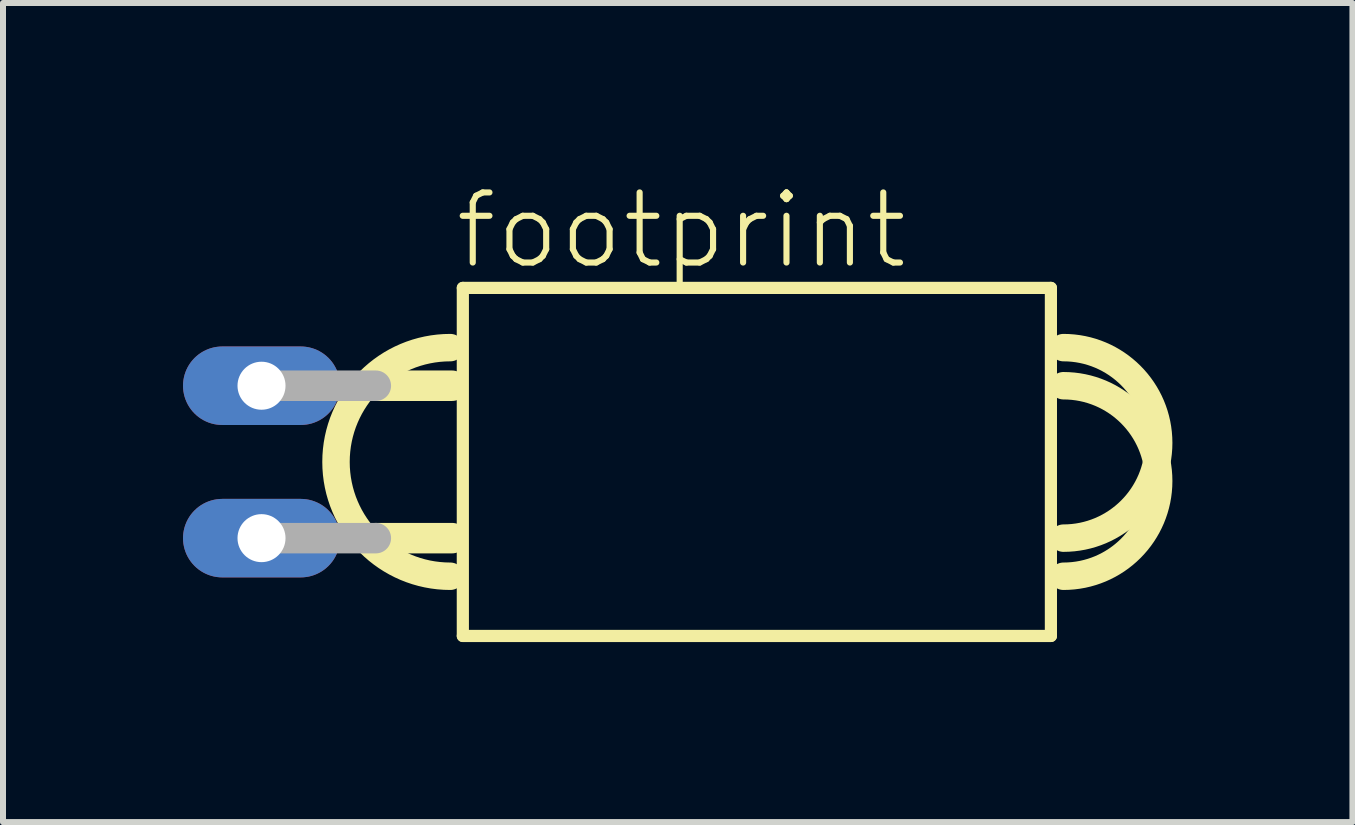
<source format=kicad_pcb>
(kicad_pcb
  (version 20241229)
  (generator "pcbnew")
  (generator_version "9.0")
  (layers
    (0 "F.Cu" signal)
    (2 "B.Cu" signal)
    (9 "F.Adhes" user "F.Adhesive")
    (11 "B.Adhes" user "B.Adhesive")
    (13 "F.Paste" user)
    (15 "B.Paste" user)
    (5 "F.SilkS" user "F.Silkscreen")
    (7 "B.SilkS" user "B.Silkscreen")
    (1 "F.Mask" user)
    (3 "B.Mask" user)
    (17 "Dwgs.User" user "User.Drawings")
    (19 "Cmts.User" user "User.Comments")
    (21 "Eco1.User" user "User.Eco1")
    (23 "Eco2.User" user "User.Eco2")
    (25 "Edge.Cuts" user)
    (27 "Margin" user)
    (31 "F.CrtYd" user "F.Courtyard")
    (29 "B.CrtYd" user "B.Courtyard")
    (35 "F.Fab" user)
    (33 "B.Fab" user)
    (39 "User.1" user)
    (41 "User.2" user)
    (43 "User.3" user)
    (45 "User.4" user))
  (footprint "footprint"
    (layer "F.Cu")
    (at 9.563 4.648)
    (property "Reference" "footprint" (at -5.08 -3.175 0) (layer "F.SilkS") (effects (font (size 1.168 1.168) (thickness 0.102)) (justify left bottom)))
    (fp_line (start -5.08 -1.27) (end -6.35 -1.27) (stroke (width 0.508) (type solid)) (layer "F.SilkS"))
    (fp_line (start -5.08 1.27) (end -6.35 1.27) (stroke (width 0.508) (type solid)) (layer "F.SilkS"))
    (fp_line (start -4.9 -2.9) (end -4.9 2.9) (stroke (width 0.203) (type solid)) (layer "F.SilkS"))
    (fp_line (start -4.9 2.9) (end 4.9 2.9) (stroke (width 0.203) (type solid)) (layer "F.SilkS"))
    (fp_line (start 4.9 -2.9) (end -4.9 -2.9) (stroke (width 0.203) (type solid)) (layer "F.SilkS"))
    (fp_line (start 4.9 2.9) (end 4.9 -2.9) (stroke (width 0.203) (type solid)) (layer "F.SilkS"))
    (fp_arc (start -5.1086 1.905) (mid -7.0136 0) (end -5.1086 -1.905) (stroke (width 0.4572) (type solid)) (layer "F.SilkS"))
    (fp_arc (start 5.1086 -1.905) (mid 6.6961 -0.3175) (end 5.1086 1.27) (stroke (width 0.4572) (type solid)) (layer "F.SilkS"))
    (fp_arc (start 5.1086 -1.27) (mid 6.6961 0.3175) (end 5.1086 1.905) (stroke (width 0.4572) (type solid)) (layer "F.SilkS"))
    (fp_line (start -8.255 -1.27) (end -6.35 -1.27) (stroke (width 0.508) (type solid)) (layer "F.Fab"))
    (fp_line (start -6.35 1.27) (end -8.255 1.27) (stroke (width 0.508) (type solid)) (layer "F.Fab"))
    (pad "1" thru_hole oval (at -8.255 -1.27) (size 2.616 1.308) (drill 0.8) (layers "*.Cu" "*.Mask"))
    (pad "2" thru_hole oval (at -8.255 1.27) (size 2.616 1.308) (drill 0.8) (layers "*.Cu" "*.Mask")))
  (gr_rect
    (start -3 -3)
    (end 19.488 10.65)
    (stroke (width 0.1) (type default))
    (fill no)
    (layer "Edge.Cuts")))
</source>
